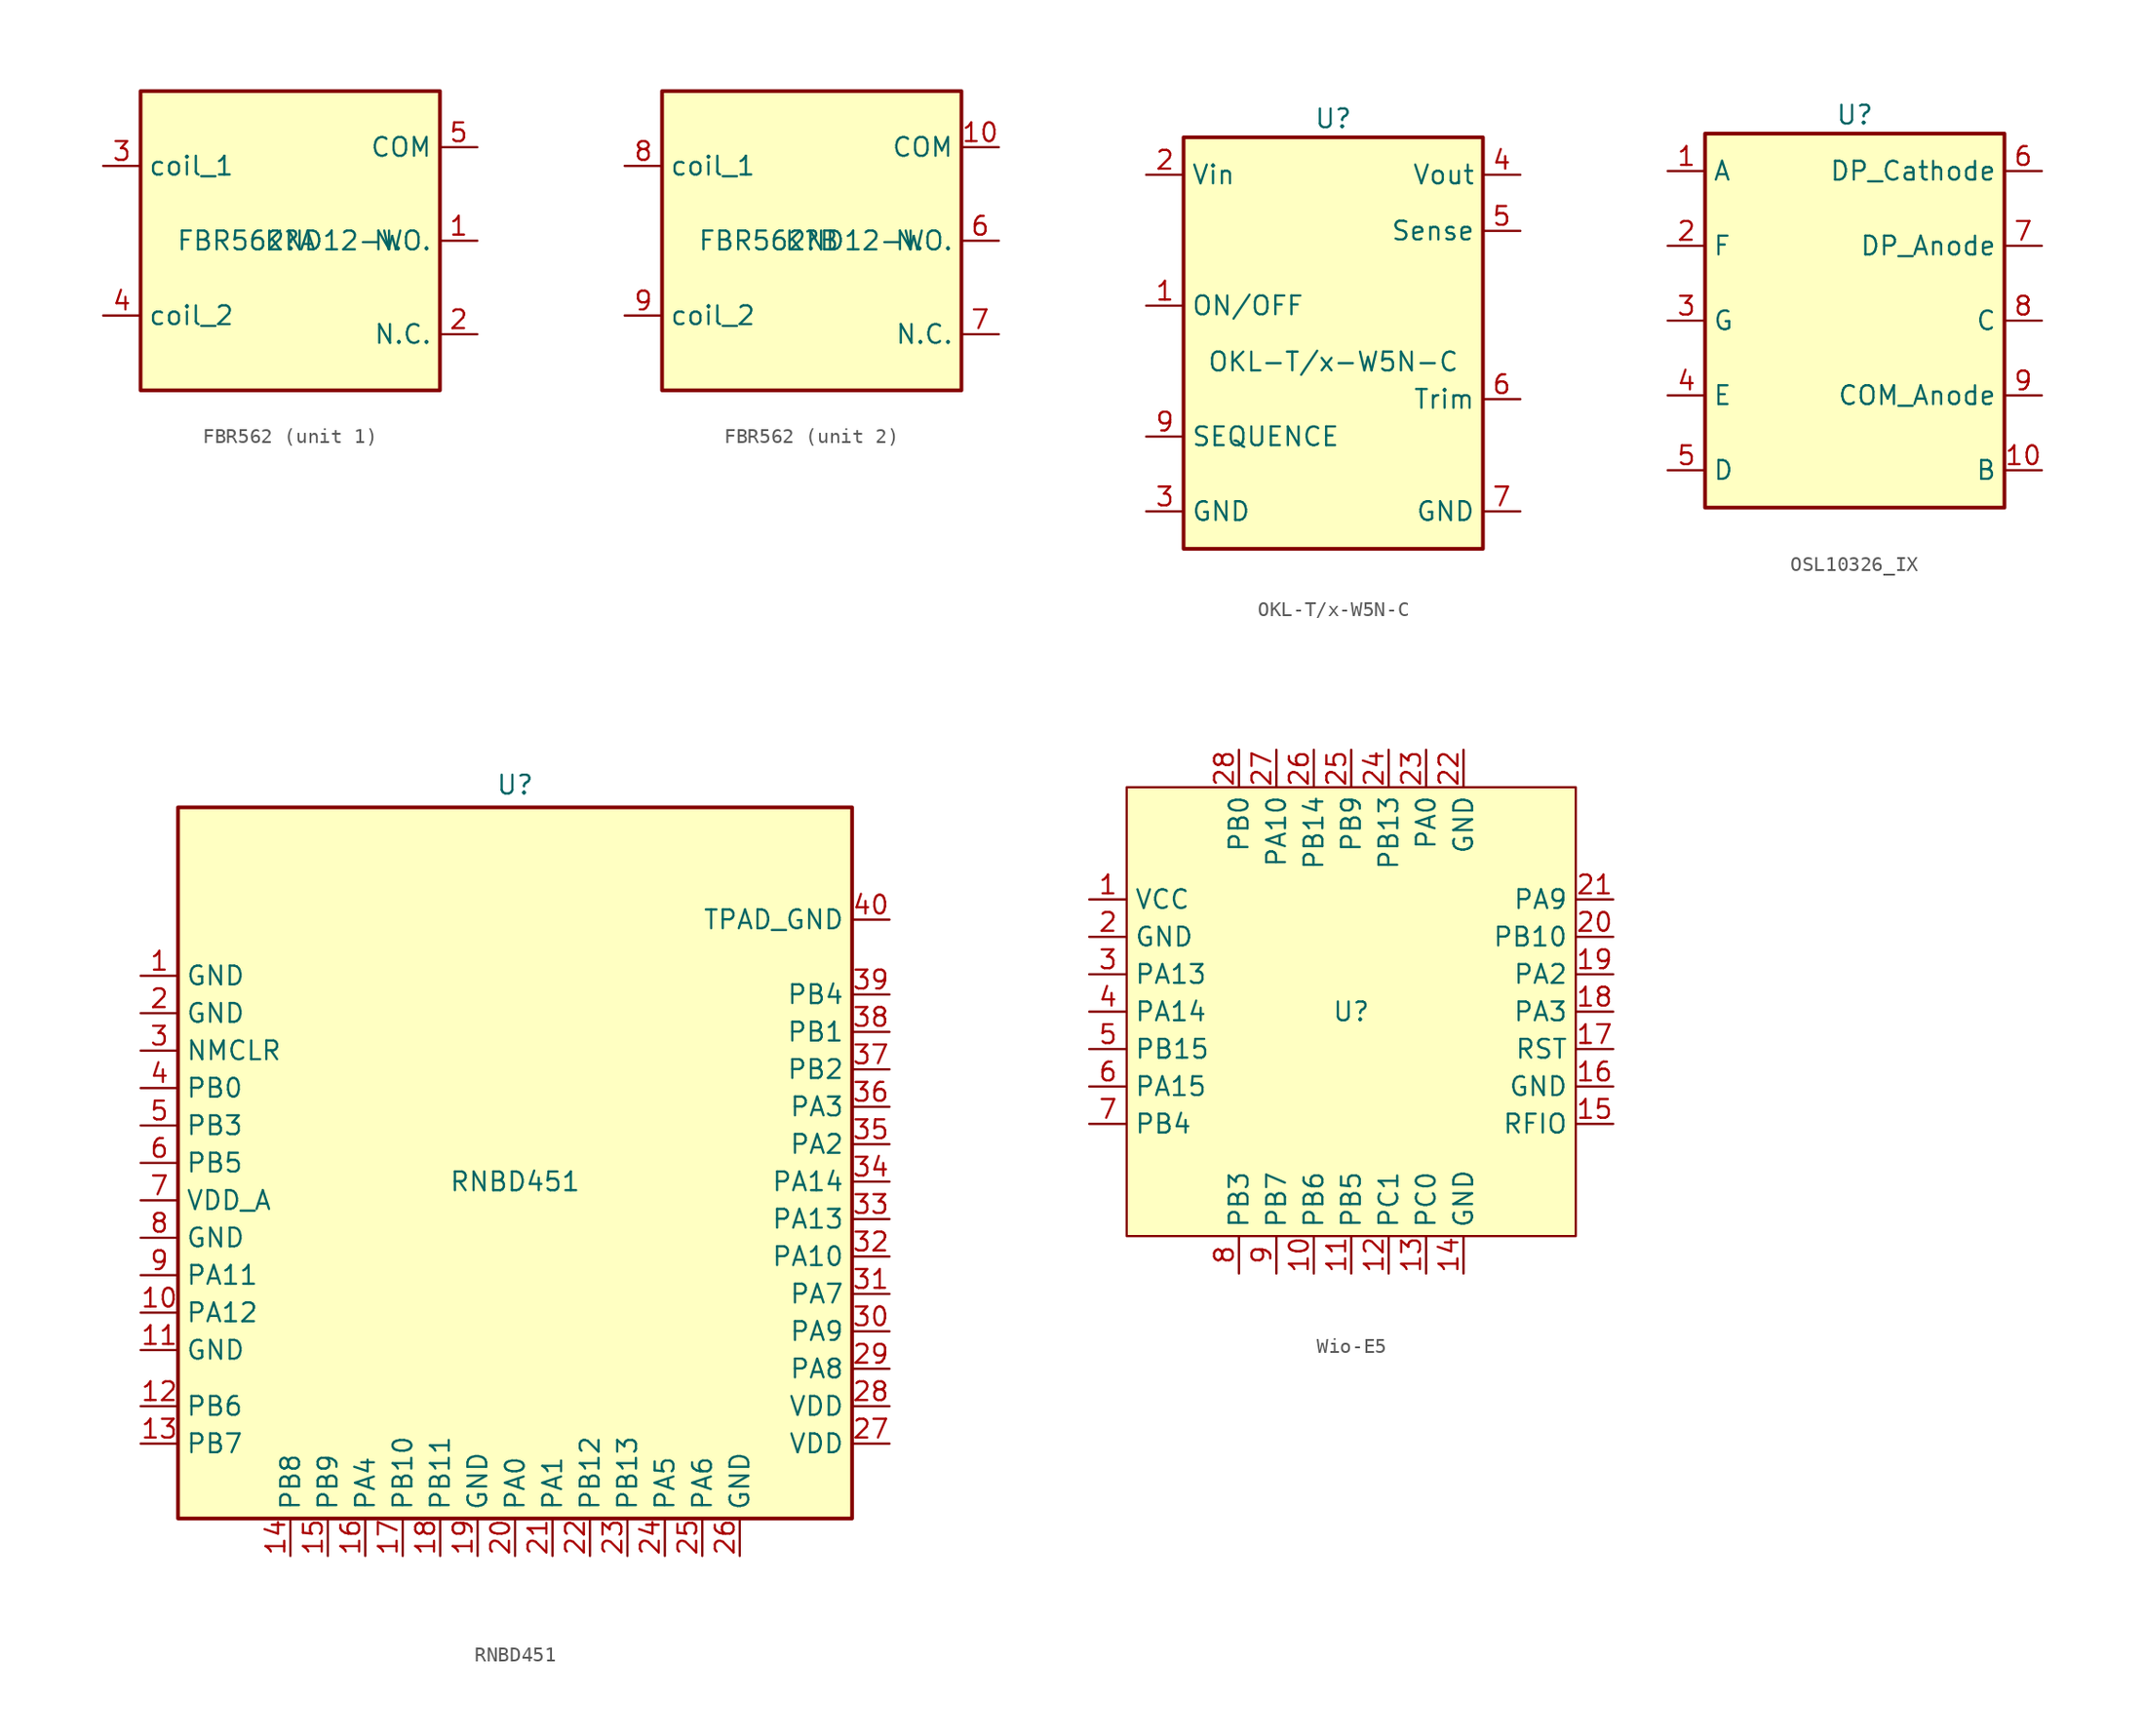
<source format=kicad_sym>
(kicad_symbol_lib
  (version 20231120)
  (generator "kicad_symbol_editor")
  (generator_version "8.0")
  (symbol "FBR562"
    (property "Reference" "K"
      (at 0 0 0)
      (effects (font (size 1.27 1.27))))
    (property "Value" "FBR562ND12-W"
      (at 0 0 0)
      (effects (font (size 1.27 1.27))))
    (symbol "FBR562_0_1"
      (rectangle (start -10.16 10.16) (end 10.16 -10.16) (stroke (width 0.254) (type default)) (fill (type background))))
    (symbol "FBR562_1_1"
      (pin passive line (at 12.7 0 180) (length 2.54) (name "N.O." (effects (font (size 1.27 1.27)))) (number "1" (effects (font (size 1.27 1.27)))))
      (pin passive line (at 12.7 -6.35 180) (length 2.54) (name "N.C." (effects (font (size 1.27 1.27)))) (number "2" (effects (font (size 1.27 1.27)))))
      (pin passive line (at -12.7 5.08 0) (length 2.54) (name "coil_1" (effects (font (size 1.27 1.27)))) (number "3" (effects (font (size 1.27 1.27)))))
      (pin passive line (at -12.7 -5.08 0) (length 2.54) (name "coil_2" (effects (font (size 1.27 1.27)))) (number "4" (effects (font (size 1.27 1.27)))))
      (pin passive line (at 12.7 6.35 180) (length 2.54) (name "COM" (effects (font (size 1.27 1.27)))) (number "5" (effects (font (size 1.27 1.27))))))
    (symbol "FBR562_2_1"
      (pin passive line (at 12.7 6.35 180) (length 2.54) (name "COM" (effects (font (size 1.27 1.27)))) (number "10" (effects (font (size 1.27 1.27)))))
      (pin passive line (at 12.7 0 180) (length 2.54) (name "N.O." (effects (font (size 1.27 1.27)))) (number "6" (effects (font (size 1.27 1.27)))))
      (pin passive line (at 12.7 -6.35 180) (length 2.54) (name "N.C." (effects (font (size 1.27 1.27)))) (number "7" (effects (font (size 1.27 1.27)))))
      (pin passive line (at -12.7 5.08 0) (length 2.54) (name "coil_1" (effects (font (size 1.27 1.27)))) (number "8" (effects (font (size 1.27 1.27)))))
      (pin passive line (at -12.7 -5.08 0) (length 2.54) (name "coil_2" (effects (font (size 1.27 1.27)))) (number "9" (effects (font (size 1.27 1.27)))))))
  (symbol "OKL-T/x-W5N-C"
    (property "Reference" "U"
      (at 0 15.24 0)
      (effects (font (size 1.27 1.27))))
    (property "Value" "OKL-T/x-W5N-C"
      (at 0 -1.27 0)
      (effects (font (size 1.27 1.27))))
    (symbol "OKL-T/x-W5N-C_1_1"
      (rectangle (start -10.16 13.97) (end 10.16 -13.97) (stroke (width 0.254) (type default)) (fill (type background)))
      (pin passive line (at -12.7 2.54 0) (length 2.54) (name "ON/OFF" (effects (font (size 1.27 1.27)))) (number "1" (effects (font (size 1.27 1.27)))))
      (pin power_in line (at -12.7 11.43 0) (length 2.54) (name "Vin" (effects (font (size 1.27 1.27)))) (number "2" (effects (font (size 1.27 1.27)))))
      (pin passive line (at -12.7 -11.43 0) (length 2.54) (name "GND" (effects (font (size 1.27 1.27)))) (number "3" (effects (font (size 1.27 1.27)))))
      (pin power_out line (at 12.7 11.43 180) (length 2.54) (name "Vout" (effects (font (size 1.27 1.27)))) (number "4" (effects (font (size 1.27 1.27)))))
      (pin passive line (at 12.7 7.62 180) (length 2.54) (name "Sense" (effects (font (size 1.27 1.27)))) (number "5" (effects (font (size 1.27 1.27)))))
      (pin passive line (at 12.7 -3.81 180) (length 2.54) (name "Trim" (effects (font (size 1.27 1.27)))) (number "6" (effects (font (size 1.27 1.27)))))
      (pin passive line (at 12.7 -11.43 180) (length 2.54) (name "GND" (effects (font (size 1.27 1.27)))) (number "7" (effects (font (size 1.27 1.27)))))
      (pin passive line (at -12.7 -6.35 0) (length 2.54) (name "SEQUENCE" (effects (font (size 1.27 1.27)))) (number "9" (effects (font (size 1.27 1.27)))))))
  (symbol "OSL10326_IX"
    (property "Reference" "U"
      (at 0 13.97 0)
      (effects (font (size 1.27 1.27))))
    (property "Value" ""
      (at -5.08 -2.54 0)
      (effects (font (size 1.27 1.27))))
    (symbol "OSL10326_IX_1_1"
      (rectangle (start -10.16 12.7) (end 10.16 -12.7) (stroke (width 0.254) (type default)) (fill (type background)))
      (pin input line (at -12.7 10.16 0) (length 2.54) (name "A" (effects (font (size 1.27 1.27)))) (number "1" (effects (font (size 1.27 1.27)))))
      (pin input line (at 12.7 -10.16 180) (length 2.54) (name "B" (effects (font (size 1.27 1.27)))) (number "10" (effects (font (size 1.27 1.27)))))
      (pin input line (at -12.7 5.08 0) (length 2.54) (name "F" (effects (font (size 1.27 1.27)))) (number "2" (effects (font (size 1.27 1.27)))))
      (pin input line (at -12.7 0 0) (length 2.54) (name "G" (effects (font (size 1.27 1.27)))) (number "3" (effects (font (size 1.27 1.27)))))
      (pin input line (at -12.7 -5.08 0) (length 2.54) (name "E" (effects (font (size 1.27 1.27)))) (number "4" (effects (font (size 1.27 1.27)))))
      (pin input line (at -12.7 -10.16 0) (length 2.54) (name "D" (effects (font (size 1.27 1.27)))) (number "5" (effects (font (size 1.27 1.27)))))
      (pin input line (at 12.7 10.16 180) (length 2.54) (name "DP_Cathode" (effects (font (size 1.27 1.27)))) (number "6" (effects (font (size 1.27 1.27)))))
      (pin input line (at 12.7 5.08 180) (length 2.54) (name "DP_Anode" (effects (font (size 1.27 1.27)))) (number "7" (effects (font (size 1.27 1.27)))))
      (pin input line (at 12.7 0 180) (length 2.54) (name "C" (effects (font (size 1.27 1.27)))) (number "8" (effects (font (size 1.27 1.27)))))
      (pin input line (at 12.7 -5.08 180) (length 2.54) (name "COM_Anode" (effects (font (size 1.27 1.27)))) (number "9" (effects (font (size 1.27 1.27)))))))
  (symbol "RNBD451"
    (property "Reference" "U"
      (at 0 26.924 0)
      (effects (font (size 1.27 1.27))))
    (property "Value" "RNBD451"
      (at 0 0 0)
      (effects (font (size 1.27 1.27))))
    (symbol "RNBD451_1_1"
      (rectangle (start -22.86 25.4) (end 22.86 -22.86) (stroke (width 0.254) (type default)) (fill (type background)))
      (pin power_in line (at -25.4 13.97 0) (length 2.54) (name "GND" (effects (font (size 1.27 1.27)))) (number "1" (effects (font (size 1.27 1.27)))))
      (pin passive line (at -25.4 -8.89 0) (length 2.54) (name "PA12" (effects (font (size 1.27 1.27)))) (number "10" (effects (font (size 1.27 1.27)))))
      (pin power_in line (at -25.4 -11.43 0) (length 2.54) (name "GND" (effects (font (size 1.27 1.27)))) (number "11" (effects (font (size 1.27 1.27)))))
      (pin bidirectional line (at -25.4 -15.24 0) (length 2.54) (name "PB6" (effects (font (size 1.27 1.27)))) (number "12" (effects (font (size 1.27 1.27)))))
      (pin bidirectional line (at -25.4 -17.78 0) (length 2.54) (name "PB7" (effects (font (size 1.27 1.27)))) (number "13" (effects (font (size 1.27 1.27)))))
      (pin bidirectional line (at -15.24 -25.4 90) (length 2.54) (name "PB8" (effects (font (size 1.27 1.27)))) (number "14" (effects (font (size 1.27 1.27)))))
      (pin bidirectional line (at -12.7 -25.4 90) (length 2.54) (name "PB9" (effects (font (size 1.27 1.27)))) (number "15" (effects (font (size 1.27 1.27)))))
      (pin bidirectional line (at -10.16 -25.4 90) (length 2.54) (name "PA4" (effects (font (size 1.27 1.27)))) (number "16" (effects (font (size 1.27 1.27)))))
      (pin bidirectional line (at -7.62 -25.4 90) (length 2.54) (name "PB10" (effects (font (size 1.27 1.27)))) (number "17" (effects (font (size 1.27 1.27)))))
      (pin bidirectional line (at -5.08 -25.4 90) (length 2.54) (name "PB11" (effects (font (size 1.27 1.27)))) (number "18" (effects (font (size 1.27 1.27)))))
      (pin power_in line (at -2.54 -25.4 90) (length 2.54) (name "GND" (effects (font (size 1.27 1.27)))) (number "19" (effects (font (size 1.27 1.27)))))
      (pin power_in line (at -25.4 11.43 0) (length 2.54) (name "GND" (effects (font (size 1.27 1.27)))) (number "2" (effects (font (size 1.27 1.27)))))
      (pin bidirectional line (at 0 -25.4 90) (length 2.54) (name "PA0" (effects (font (size 1.27 1.27)))) (number "20" (effects (font (size 1.27 1.27)))))
      (pin bidirectional line (at 2.54 -25.4 90) (length 2.54) (name "PA1" (effects (font (size 1.27 1.27)))) (number "21" (effects (font (size 1.27 1.27)))))
      (pin bidirectional line (at 5.08 -25.4 90) (length 2.54) (name "PB12" (effects (font (size 1.27 1.27)))) (number "22" (effects (font (size 1.27 1.27)))))
      (pin bidirectional line (at 7.62 -25.4 90) (length 2.54) (name "PB13" (effects (font (size 1.27 1.27)))) (number "23" (effects (font (size 1.27 1.27)))))
      (pin bidirectional line (at 10.16 -25.4 90) (length 2.54) (name "PA5" (effects (font (size 1.27 1.27)))) (number "24" (effects (font (size 1.27 1.27)))))
      (pin bidirectional line (at 12.7 -25.4 90) (length 2.54) (name "PA6" (effects (font (size 1.27 1.27)))) (number "25" (effects (font (size 1.27 1.27)))))
      (pin power_in line (at 15.24 -25.4 90) (length 2.54) (name "GND" (effects (font (size 1.27 1.27)))) (number "26" (effects (font (size 1.27 1.27)))))
      (pin power_in line (at 25.4 -17.78 180) (length 2.54) (name "VDD" (effects (font (size 1.27 1.27)))) (number "27" (effects (font (size 1.27 1.27)))))
      (pin power_in line (at 25.4 -15.24 180) (length 2.54) (name "VDD" (effects (font (size 1.27 1.27)))) (number "28" (effects (font (size 1.27 1.27)))))
      (pin bidirectional line (at 25.4 -12.7 180) (length 2.54) (name "PA8" (effects (font (size 1.27 1.27)))) (number "29" (effects (font (size 1.27 1.27)))))
      (pin input line (at -25.4 8.89 0) (length 2.54) (name "NMCLR" (effects (font (size 1.27 1.27)))) (number "3" (effects (font (size 1.27 1.27)))))
      (pin bidirectional line (at 25.4 -10.16 180) (length 2.54) (name "PA9" (effects (font (size 1.27 1.27)))) (number "30" (effects (font (size 1.27 1.27)))))
      (pin bidirectional line (at 25.4 -7.62 180) (length 2.54) (name "PA7" (effects (font (size 1.27 1.27)))) (number "31" (effects (font (size 1.27 1.27)))))
      (pin bidirectional line (at 25.4 -5.08 180) (length 2.54) (name "PA10" (effects (font (size 1.27 1.27)))) (number "32" (effects (font (size 1.27 1.27)))))
      (pin bidirectional line (at 25.4 -2.54 180) (length 2.54) (name "PA13" (effects (font (size 1.27 1.27)))) (number "33" (effects (font (size 1.27 1.27)))))
      (pin bidirectional line (at 25.4 0 180) (length 2.54) (name "PA14" (effects (font (size 1.27 1.27)))) (number "34" (effects (font (size 1.27 1.27)))))
      (pin bidirectional line (at 25.4 2.54 180) (length 2.54) (name "PA2" (effects (font (size 1.27 1.27)))) (number "35" (effects (font (size 1.27 1.27)))))
      (pin bidirectional line (at 25.4 5.08 180) (length 2.54) (name "PA3" (effects (font (size 1.27 1.27)))) (number "36" (effects (font (size 1.27 1.27)))))
      (pin bidirectional line (at 25.4 7.62 180) (length 2.54) (name "PB2" (effects (font (size 1.27 1.27)))) (number "37" (effects (font (size 1.27 1.27)))))
      (pin bidirectional line (at 25.4 10.16 180) (length 2.54) (name "PB1" (effects (font (size 1.27 1.27)))) (number "38" (effects (font (size 1.27 1.27)))))
      (pin bidirectional line (at 25.4 12.7 180) (length 2.54) (name "PB4" (effects (font (size 1.27 1.27)))) (number "39" (effects (font (size 1.27 1.27)))))
      (pin bidirectional line (at -25.4 6.35 0) (length 2.54) (name "PB0" (effects (font (size 1.27 1.27)))) (number "4" (effects (font (size 1.27 1.27)))))
      (pin power_in line (at 25.4 17.78 180) (length 2.54) (name "TPAD_GND" (effects (font (size 1.27 1.27)))) (number "40" (effects (font (size 1.27 1.27)))))
      (pin bidirectional line (at -25.4 3.81 0) (length 2.54) (name "PB3" (effects (font (size 1.27 1.27)))) (number "5" (effects (font (size 1.27 1.27)))))
      (pin bidirectional line (at -25.4 1.27 0) (length 2.54) (name "PB5" (effects (font (size 1.27 1.27)))) (number "6" (effects (font (size 1.27 1.27)))))
      (pin power_in line (at -25.4 -1.27 0) (length 2.54) (name "VDD_A" (effects (font (size 1.27 1.27)))) (number "7" (effects (font (size 1.27 1.27)))))
      (pin power_in line (at -25.4 -3.81 0) (length 2.54) (name "GND" (effects (font (size 1.27 1.27)))) (number "8" (effects (font (size 1.27 1.27)))))
      (pin passive line (at -25.4 -6.35 0) (length 2.54) (name "PA11" (effects (font (size 1.27 1.27)))) (number "9" (effects (font (size 1.27 1.27)))))))
  (symbol "Wio-E5"
    (property "Reference" "U"
      (at 0 0 0)
      (effects (font (size 1.27 1.27))))
    (property "Value" ""
      (at 0 0 0)
      (effects (font (size 1.27 1.27))))
    (symbol "Wio-E5_0_1"
      (rectangle (start -15.24 15.24) (end 15.24 -15.24) (stroke (width 0) (type solid)) (fill (type background))))
    (symbol "Wio-E5_1_1"
      (pin power_in line (at -17.78 7.62 0) (length 2.54) (name "VCC" (effects (font (size 1.27 1.27)))) (number "1" (effects (font (size 1.27 1.27)))))
      (pin passive line (at -2.54 -17.78 90) (length 2.54) (name "PB6" (effects (font (size 1.27 1.27)))) (number "10" (effects (font (size 1.27 1.27)))))
      (pin passive line (at 0 -17.78 90) (length 2.54) (name "PB5" (effects (font (size 1.27 1.27)))) (number "11" (effects (font (size 1.27 1.27)))))
      (pin passive line (at 2.54 -17.78 90) (length 2.54) (name "PC1" (effects (font (size 1.27 1.27)))) (number "12" (effects (font (size 1.27 1.27)))))
      (pin passive line (at 5.08 -17.78 90) (length 2.54) (name "PC0" (effects (font (size 1.27 1.27)))) (number "13" (effects (font (size 1.27 1.27)))))
      (pin power_in line (at 7.62 -17.78 90) (length 2.54) (name "GND" (effects (font (size 1.27 1.27)))) (number "14" (effects (font (size 1.27 1.27)))))
      (pin passive line (at 17.78 -7.62 180) (length 2.54) (name "RFIO" (effects (font (size 1.27 1.27)))) (number "15" (effects (font (size 1.27 1.27)))))
      (pin power_in line (at 17.78 -5.08 180) (length 2.54) (name "GND" (effects (font (size 1.27 1.27)))) (number "16" (effects (font (size 1.27 1.27)))))
      (pin passive line (at 17.78 -2.54 180) (length 2.54) (name "RST" (effects (font (size 1.27 1.27)))) (number "17" (effects (font (size 1.27 1.27)))))
      (pin passive line (at 17.78 0 180) (length 2.54) (name "PA3" (effects (font (size 1.27 1.27)))) (number "18" (effects (font (size 1.27 1.27)))))
      (pin passive line (at 17.78 2.54 180) (length 2.54) (name "PA2" (effects (font (size 1.27 1.27)))) (number "19" (effects (font (size 1.27 1.27)))))
      (pin power_in line (at -17.78 5.08 0) (length 2.54) (name "GND" (effects (font (size 1.27 1.27)))) (number "2" (effects (font (size 1.27 1.27)))))
      (pin passive line (at 17.78 5.08 180) (length 2.54) (name "PB10" (effects (font (size 1.27 1.27)))) (number "20" (effects (font (size 1.27 1.27)))))
      (pin passive line (at 17.78 7.62 180) (length 2.54) (name "PA9" (effects (font (size 1.27 1.27)))) (number "21" (effects (font (size 1.27 1.27)))))
      (pin power_in line (at 7.62 17.78 270) (length 2.54) (name "GND" (effects (font (size 1.27 1.27)))) (number "22" (effects (font (size 1.27 1.27)))))
      (pin passive line (at 5.08 17.78 270) (length 2.54) (name "PA0" (effects (font (size 1.27 1.27)))) (number "23" (effects (font (size 1.27 1.27)))))
      (pin passive line (at 2.54 17.78 270) (length 2.54) (name "PB13~{}" (effects (font (size 1.27 1.27)))) (number "24" (effects (font (size 1.27 1.27)))))
      (pin passive line (at 0 17.78 270) (length 2.54) (name "PB9" (effects (font (size 1.27 1.27)))) (number "25" (effects (font (size 1.27 1.27)))))
      (pin passive line (at -2.54 17.78 270) (length 2.54) (name "PB14" (effects (font (size 1.27 1.27)))) (number "26" (effects (font (size 1.27 1.27)))))
      (pin passive line (at -5.08 17.78 270) (length 2.54) (name "PA10" (effects (font (size 1.27 1.27)))) (number "27" (effects (font (size 1.27 1.27)))))
      (pin passive line (at -7.62 17.78 270) (length 2.54) (name "PB0" (effects (font (size 1.27 1.27)))) (number "28" (effects (font (size 1.27 1.27)))))
      (pin passive line (at -17.78 2.54 0) (length 2.54) (name "PA13" (effects (font (size 1.27 1.27)))) (number "3" (effects (font (size 1.27 1.27)))))
      (pin passive line (at -17.78 0 0) (length 2.54) (name "PA14" (effects (font (size 1.27 1.27)))) (number "4" (effects (font (size 1.27 1.27)))))
      (pin passive line (at -17.78 -2.54 0) (length 2.54) (name "PB15" (effects (font (size 1.27 1.27)))) (number "5" (effects (font (size 1.27 1.27)))))
      (pin passive line (at -17.78 -5.08 0) (length 2.54) (name "PA15" (effects (font (size 1.27 1.27)))) (number "6" (effects (font (size 1.27 1.27)))))
      (pin passive line (at -17.78 -7.62 0) (length 2.54) (name "PB4" (effects (font (size 1.27 1.27)))) (number "7" (effects (font (size 1.27 1.27)))))
      (pin passive line (at -7.62 -17.78 90) (length 2.54) (name "PB3" (effects (font (size 1.27 1.27)))) (number "8" (effects (font (size 1.27 1.27)))))
      (pin passive line (at -5.08 -17.78 90) (length 2.54) (name "PB7" (effects (font (size 1.27 1.27)))) (number "9" (effects (font (size 1.27 1.27))))))))
</source>
